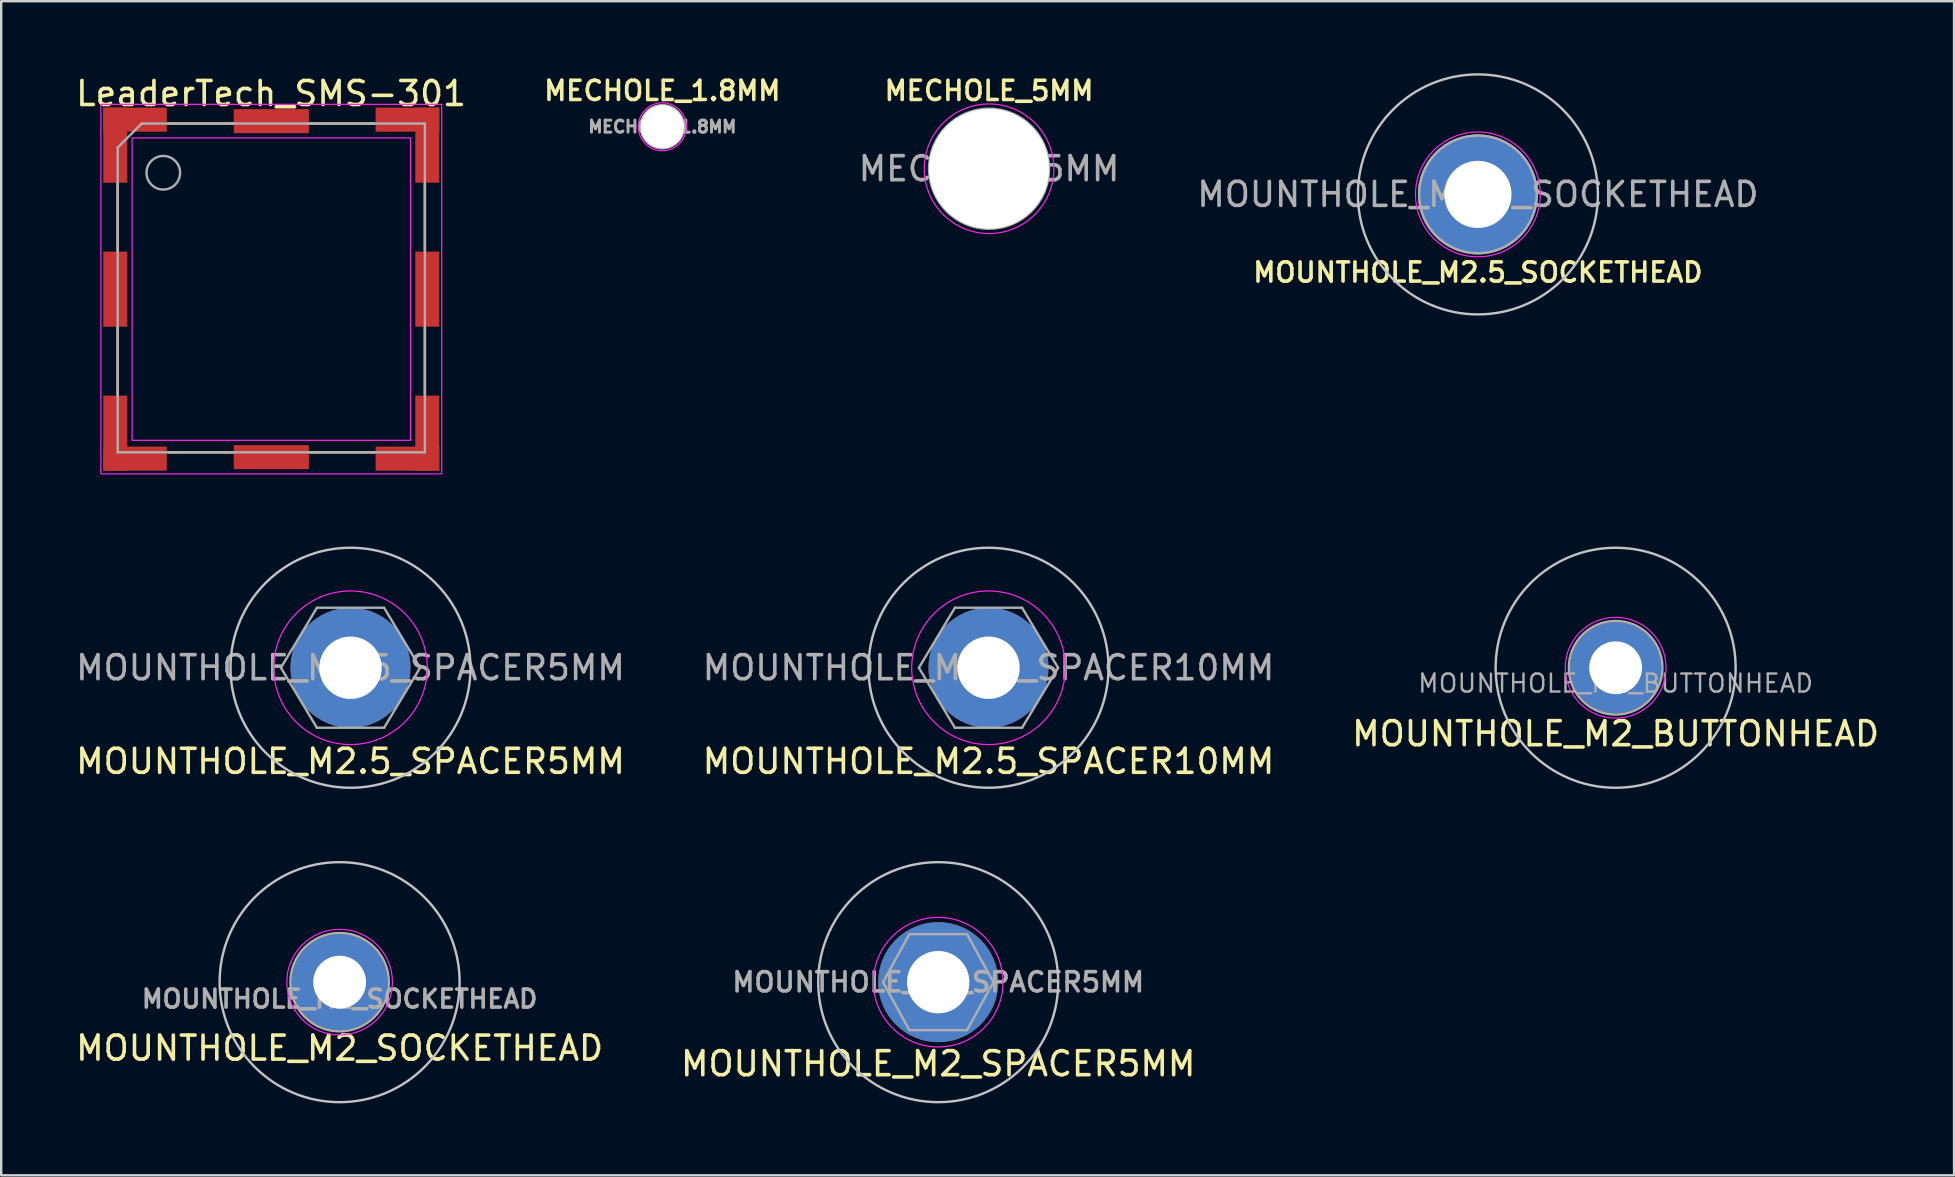
<source format=kicad_pcb>
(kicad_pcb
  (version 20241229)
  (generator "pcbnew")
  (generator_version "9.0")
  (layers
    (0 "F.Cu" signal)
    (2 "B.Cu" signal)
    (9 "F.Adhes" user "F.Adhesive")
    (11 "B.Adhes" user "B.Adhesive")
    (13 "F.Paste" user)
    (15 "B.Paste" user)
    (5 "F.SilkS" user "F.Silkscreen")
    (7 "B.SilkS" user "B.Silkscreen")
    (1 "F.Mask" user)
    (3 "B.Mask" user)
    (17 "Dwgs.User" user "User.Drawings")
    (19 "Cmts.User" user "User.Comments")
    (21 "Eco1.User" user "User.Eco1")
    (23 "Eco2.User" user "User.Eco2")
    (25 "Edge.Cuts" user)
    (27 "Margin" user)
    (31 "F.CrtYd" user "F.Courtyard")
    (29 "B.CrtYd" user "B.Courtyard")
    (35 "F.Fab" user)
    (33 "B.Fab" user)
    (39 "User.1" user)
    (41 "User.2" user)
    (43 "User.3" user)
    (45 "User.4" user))
  (footprint "MOUNTHOLE_M2.5_SPACER5MM"
    (layer "F.Cu")
    (at 11.554 24.773)
    (property "Reference" "MOUNTHOLE_M2.5_SPACER5MM" (at 0 3.9 0) (unlocked yes) (layer "F.SilkS") (effects (font (size 1 1) (thickness 0.15))))
    (attr through_hole)
    (fp_circle (center 0 0) (end 5 0) (stroke (width 0.1) (type solid)) (fill no) (layer "Dwgs.User"))
    (fp_circle (center 0 0) (end 0 -3.2) (stroke (width 0.05) (type solid)) (fill no) (layer "F.CrtYd"))
    (fp_line (start -1.4 -2.5) (end -2.9 0) (stroke (width 0.1) (type solid)) (layer "F.Fab"))
    (fp_line (start -1.4 2.5) (end -2.9 0) (stroke (width 0.1) (type solid)) (layer "F.Fab"))
    (fp_line (start -1.4 2.5) (end 1.4 2.5) (stroke (width 0.1) (type solid)) (layer "F.Fab"))
    (fp_line (start 1.4 -2.5) (end -1.4 -2.5) (stroke (width 0.1) (type solid)) (layer "F.Fab"))
    (fp_line (start 1.4 -2.5) (end 2.9 0) (stroke (width 0.1) (type solid)) (layer "F.Fab"))
    (fp_line (start 1.4 2.5) (end 2.9 0) (stroke (width 0.1) (type solid)) (layer "F.Fab"))
    (fp_text user "${REFERENCE}" (at 0 0 0) (unlocked yes) (layer "F.Fab") (effects (font (size 1 1) (thickness 0.15))))
    (pad "" np_thru_hole circle (at 0 0) (size 5 5) (drill 2.6) (layers "*.Cu" "*.Mask")))
  (footprint "MOUNTHOLE_M2_SPACER5MM"
    (layer "F.Cu")
    (at 36.042 37.873)
    (property "Reference" "MOUNTHOLE_M2_SPACER5MM" (at 0 3.4 0) (unlocked yes) (layer "F.SilkS") (effects (font (size 1 1) (thickness 0.15))))
    (attr through_hole)
    (fp_circle (center 0 0) (end 5 0) (stroke (width 0.1) (type solid)) (fill no) (layer "Dwgs.User"))
    (fp_circle (center 0 0) (end 0 -2.7) (stroke (width 0.05) (type solid)) (fill no) (layer "F.CrtYd"))
    (fp_line (start -2.3 0) (end -1.2 2) (stroke (width 0.1) (type solid)) (layer "F.Fab"))
    (fp_line (start -1.2 -2) (end -2.3 0) (stroke (width 0.1) (type solid)) (layer "F.Fab"))
    (fp_line (start -1.2 2) (end 1.2 2) (stroke (width 0.1) (type solid)) (layer "F.Fab"))
    (fp_line (start 1.2 -2) (end -1.2 -2) (stroke (width 0.1) (type solid)) (layer "F.Fab"))
    (fp_line (start 1.2 2) (end 2.3 0) (stroke (width 0.1) (type solid)) (layer "F.Fab"))
    (fp_line (start 2.3 0) (end 1.2 -2) (stroke (width 0.1) (type solid)) (layer "F.Fab"))
    (fp_text user "${REFERENCE}" (at 0 0 0) (unlocked yes) (layer "F.Fab") (effects (font (size 0.8 0.8) (thickness 0.15))))
    (pad "" np_thru_hole circle (at 0 0) (size 5 5) (drill 2.6) (layers "*.Cu" "*.Mask")))
  (footprint "MOUNTHOLE_M2_BUTTONHEAD"
    (layer "F.Cu")
    (at 64.268 24.773)
    (property "Reference" "MOUNTHOLE_M2_BUTTONHEAD" (at 0 2.75 0) (layer "F.SilkS") (effects (font (size 1 1) (thickness 0.15))))
    (fp_circle (center 0 0) (end 5 0) (stroke (width 0.1) (type solid)) (fill no) (layer "Dwgs.User"))
    (fp_circle (center 0 0) (end 0 -2.1) (stroke (width 0.05) (type solid)) (fill no) (layer "F.CrtYd"))
    (fp_circle (center 0 0) (end 0 -1.95) (stroke (width 0.1) (type solid)) (fill no) (layer "F.Fab"))
    (fp_text user "${REFERENCE}" (at 0 0.65 0) (unlocked yes) (layer "F.Fab") (effects (font (size 0.75 0.75) (thickness 0.1))))
    (pad "" np_thru_hole circle (at 0 0) (size 3.8 3.8) (drill 2.2) (layers "*.Cu" "*.Mask")))
  (footprint "MOUNTHOLE_M2.5_SPACER10MM"
    (layer "F.Cu")
    (at 38.137 24.773)
    (property "Reference" "MOUNTHOLE_M2.5_SPACER10MM" (at 0 3.9 0) (unlocked yes) (layer "F.SilkS") (effects (font (size 1 1) (thickness 0.15))))
    (attr through_hole)
    (fp_circle (center 0 0) (end 5 0) (stroke (width 0.1) (type solid)) (fill no) (layer "Dwgs.User"))
    (fp_circle (center 0 0) (end 0 -3.2) (stroke (width 0.05) (type solid)) (fill no) (layer "F.CrtYd"))
    (fp_line (start -1.4 -2.5) (end -2.9 0) (stroke (width 0.1) (type solid)) (layer "F.Fab"))
    (fp_line (start -1.4 2.5) (end -2.9 0) (stroke (width 0.1) (type solid)) (layer "F.Fab"))
    (fp_line (start -1.4 2.5) (end 1.4 2.5) (stroke (width 0.1) (type solid)) (layer "F.Fab"))
    (fp_line (start 1.4 -2.5) (end -1.4 -2.5) (stroke (width 0.1) (type solid)) (layer "F.Fab"))
    (fp_line (start 1.4 -2.5) (end 2.9 0) (stroke (width 0.1) (type solid)) (layer "F.Fab"))
    (fp_line (start 1.4 2.5) (end 2.9 0) (stroke (width 0.1) (type solid)) (layer "F.Fab"))
    (fp_text user "${REFERENCE}" (at 0 0 0) (unlocked yes) (layer "F.Fab") (effects (font (size 1 1) (thickness 0.15))))
    (pad "" np_thru_hole circle (at 0 0) (size 5 5) (drill 2.6) (layers "*.Cu" "*.Mask")))
  (footprint "MOUNTHOLE_M2.5_SOCKETHEAD"
    (layer "F.Cu")
    (at 58.529 5.05)
    (property "Reference" "MOUNTHOLE_M2.5_SOCKETHEAD" (at 0 3.25 0) (layer "F.SilkS") (effects (font (size 0.8 0.8) (thickness 0.15))))
    (fp_circle (center 0 0) (end 5 0) (stroke (width 0.1) (type solid)) (fill no) (layer "Dwgs.User"))
    (fp_circle (center 0 0) (end 0 -2.6) (stroke (width 0.05) (type solid)) (fill no) (layer "F.CrtYd"))
    (fp_circle (center 0 0) (end 0 -2.45) (stroke (width 0.1) (type solid)) (fill no) (layer "F.Fab"))
    (fp_text user "${REFERENCE}" (at 0 0 0) (layer "F.Fab") (effects (font (size 1 1) (thickness 0.15))))
    (pad "" np_thru_hole circle (at 0 0) (size 5 5) (drill 2.8) (layers "*.Cu" "*.Mask")))
  (footprint "MECHOLE_5MM"
    (layer "F.Cu")
    (at 38.16 3.981)
    (property "Reference" "MECHOLE_5MM" (at 0 -3.25 0) (layer "F.SilkS") (effects (font (size 0.8 0.8) (thickness 0.15))))
    (fp_circle (center 0 0) (end 0 -2.7) (stroke (width 0.05) (type solid)) (fill no) (layer "F.CrtYd"))
    (fp_circle (center 0 0) (end 0 -2.5) (stroke (width 0.1) (type solid)) (fill no) (layer "F.Fab"))
    (fp_text user "${REFERENCE}" (at 0 0 0) (layer "F.Fab") (effects (font (size 1 1) (thickness 0.15))))
    (pad "" np_thru_hole circle (at 0 0) (size 5 5) (drill 5) (layers "*.Cu" "*.Mask")))
  (footprint "LeaderTech_SMS-301"
    (layer "F.Cu")
    (at 8.254 8.998)
    (property "Reference" "LeaderTech_SMS-301" (at -0.01 -8.15 0) (layer "F.SilkS") (effects (font (size 1 1) (thickness 0.15))))
    (attr smd)
    (fp_line (start -6.4 -4.4) (end -6.4 -1.6) (stroke (width 0.1) (type solid)) (layer "F.SilkS"))
    (fp_line (start -6.4 1.6) (end -6.4 4.4) (stroke (width 0.1) (type solid)) (layer "F.SilkS"))
    (fp_line (start -4.3 6.8) (end -1.6 6.8) (stroke (width 0.1) (type solid)) (layer "F.SilkS"))
    (fp_line (start -1.6 -6.9) (end -4.3 -6.9) (stroke (width 0.1) (type solid)) (layer "F.SilkS"))
    (fp_line (start 1.6 6.8) (end 4.3 6.8) (stroke (width 0.1) (type solid)) (layer "F.SilkS"))
    (fp_line (start 4.3 -6.9) (end 1.6 -6.9) (stroke (width 0.1) (type solid)) (layer "F.SilkS"))
    (fp_line (start 6.4 -1.6) (end 6.4 -4.4) (stroke (width 0.1) (type solid)) (layer "F.SilkS"))
    (fp_line (start 6.4 4.4) (end 6.4 1.6) (stroke (width 0.1) (type solid)) (layer "F.SilkS"))
    (fp_rect (start -7.1 -7.7) (end 7.1 7.7) (stroke (width 0.05) (type solid)) (fill no) (layer "F.CrtYd"))
    (fp_rect (start -5.8 -6.3) (end 5.8 6.3) (stroke (width 0.05) (type solid)) (fill no) (layer "F.CrtYd"))
    (fp_line (start -6.4 -5.9) (end -6.4 6.8) (stroke (width 0.1) (type solid)) (layer "F.Fab"))
    (fp_line (start -6.4 6.8) (end 6.4 6.8) (stroke (width 0.1) (type solid)) (layer "F.Fab"))
    (fp_line (start -5.4 -6.9) (end -6.4 -5.9) (stroke (width 0.1) (type solid)) (layer "F.Fab"))
    (fp_line (start 6.4 -6.9) (end -5.4 -6.9) (stroke (width 0.1) (type solid)) (layer "F.Fab"))
    (fp_line (start 6.4 6.8) (end 6.4 -6.9) (stroke (width 0.1) (type solid)) (layer "F.Fab"))
    (fp_circle (center -4.5 -4.85) (end -3.8 -4.85) (stroke (width 0.1) (type solid)) (fill no) (layer "F.Fab"))
    (pad "" smd roundrect (at -6.5 -6 270) (size 3 0.8) (layers "F.Paste") (roundrect_rratio 0.25))
    (pad "" smd roundrect (at -6.5 0 270) (size 3 0.8) (layers "F.Paste") (roundrect_rratio 0.25))
    (pad "" smd roundrect (at -6.5 6 270) (size 3 0.8) (layers "F.Paste") (roundrect_rratio 0.25))
    (pad "" smd roundrect (at -5.1 -7.1 180) (size 1.2 0.8) (layers "F.Paste") (roundrect_rratio 0.25))
    (pad "" smd roundrect (at -5.1 7 180) (size 1.2 0.8) (layers "F.Paste") (roundrect_rratio 0.25))
    (pad "" smd roundrect (at 0 -7 180) (size 3 0.8) (layers "F.Paste") (roundrect_rratio 0.25))
    (pad "" smd roundrect (at 0 7 180) (size 3 0.8) (layers "F.Paste") (roundrect_rratio 0.25))
    (pad "" smd roundrect (at 5.1 -7.1 180) (size 1.2 0.8) (layers "F.Paste") (roundrect_rratio 0.25))
    (pad "" smd roundrect (at 5.1 7 180) (size 1.2 0.8) (layers "F.Paste") (roundrect_rratio 0.25))
    (pad "" smd roundrect (at 6.5 -6 270) (size 3 0.8) (layers "F.Paste") (roundrect_rratio 0.25))
    (pad "" smd roundrect (at 6.5 0 270) (size 3 0.8) (layers "F.Paste") (roundrect_rratio 0.25))
    (pad "" smd roundrect (at 6.5 6 270) (size 3 0.8) (layers "F.Paste") (roundrect_rratio 0.25))
    (pad "1" smd rect (at -6.5 -6 90) (size 3.13 1) (layers "F.Cu" "F.Mask"))
    (pad "1" smd rect (at -6.5 0 90) (size 3.13 1) (layers "F.Cu" "F.Mask"))
    (pad "1" smd rect (at -6.5 6 90) (size 3.13 1) (layers "F.Cu" "F.Mask"))
    (pad "1" smd rect (at -5.678 -7.062 180) (size 2.645 1.005) (layers "F.Cu" "F.Mask"))
    (pad "1" smd rect (at -5.678 7.062 180) (size 2.645 1.005) (layers "F.Cu" "F.Mask"))
    (pad "1" smd rect (at 0 -7) (size 3.13 1) (layers "F.Cu" "F.Mask"))
    (pad "1" smd rect (at 0 7 180) (size 3.13 1) (layers "F.Cu" "F.Mask"))
    (pad "1" smd rect (at 5.673 -7.062 180) (size 2.655 1.005) (layers "F.Cu" "F.Mask"))
    (pad "1" smd rect (at 5.673 7.062 180) (size 2.655 1.005) (layers "F.Cu" "F.Mask"))
    (pad "1" smd rect (at 6.5 -6 90) (size 3.13 1) (layers "F.Cu" "F.Mask"))
    (pad "1" smd rect (at 6.5 0 90) (size 3.13 1) (layers "F.Cu" "F.Mask"))
    (pad "1" smd rect (at 6.5 6 90) (size 3.13 1) (layers "F.Cu" "F.Mask")))
  (footprint "MECHOLE_1.8MM"
    (layer "F.Cu")
    (at 24.547 2.231)
    (property "Reference" "MECHOLE_1.8MM" (at 0 -1.5 0) (layer "F.SilkS") (effects (font (size 0.8 0.8) (thickness 0.15))))
    (attr through_hole exclude_from_bom)
    (fp_circle (center 0 0) (end 0 -1) (stroke (width 0.05) (type solid)) (fill no) (layer "F.CrtYd"))
    (fp_circle (center 0 0) (end 0 -0.9) (stroke (width 0.1) (type solid)) (fill no) (layer "F.Fab"))
    (fp_text user "${REFERENCE}" (at 0 0 0) (layer "F.Fab") (effects (font (size 0.5 0.5) (thickness 0.125))))
    (pad "" np_thru_hole circle (at 0 0) (size 1.8 1.8) (drill 1.8) (layers "*.Cu" "*.Mask")))
  (footprint "MOUNTHOLE_M2_SOCKETHEAD"
    (layer "F.Cu")
    (at 11.101 37.873)
    (property "Reference" "MOUNTHOLE_M2_SOCKETHEAD" (at 0 2.75 0) (layer "F.SilkS") (effects (font (size 1 1) (thickness 0.15))))
    (fp_circle (center 0 0) (end 5 0) (stroke (width 0.1) (type solid)) (fill no) (layer "Dwgs.User"))
    (fp_circle (center 0 0) (end 0 -2.2) (stroke (width 0.05) (type solid)) (fill no) (layer "F.CrtYd"))
    (fp_circle (center 0 0) (end 0 -2.05) (stroke (width 0.1) (type solid)) (fill no) (layer "F.Fab"))
    (fp_text user "${REFERENCE}" (at 0 0.7 0) (unlocked yes) (layer "F.Fab") (effects (font (size 0.75 0.75) (thickness 0.15))))
    (pad "" np_thru_hole circle (at 0 0) (size 4 4) (drill 2.2) (layers "*.Cu" "*.Mask")))
  (gr_rect
    (start -3 -3)
    (end 78.369 45.923)
    (stroke (width 0.1) (type default))
    (fill no)
    (layer "Edge.Cuts")))
</source>
